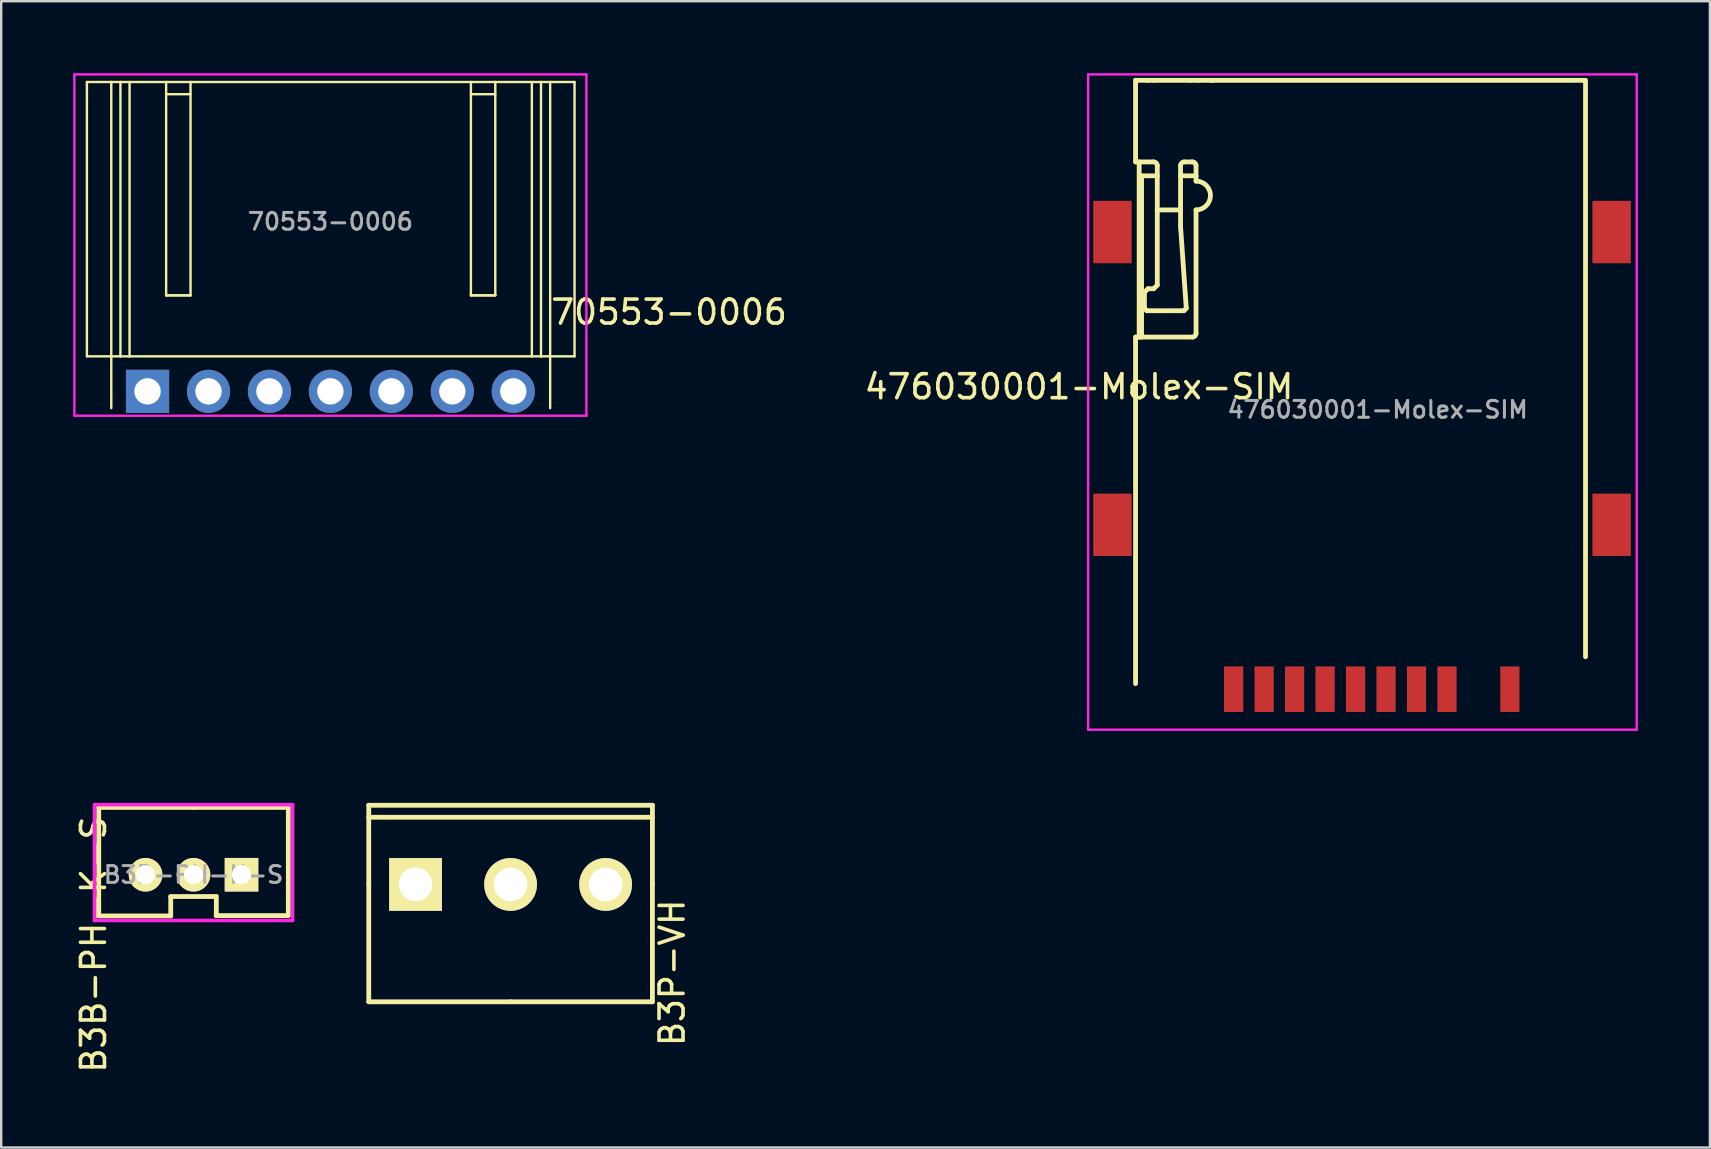
<source format=kicad_pcb>
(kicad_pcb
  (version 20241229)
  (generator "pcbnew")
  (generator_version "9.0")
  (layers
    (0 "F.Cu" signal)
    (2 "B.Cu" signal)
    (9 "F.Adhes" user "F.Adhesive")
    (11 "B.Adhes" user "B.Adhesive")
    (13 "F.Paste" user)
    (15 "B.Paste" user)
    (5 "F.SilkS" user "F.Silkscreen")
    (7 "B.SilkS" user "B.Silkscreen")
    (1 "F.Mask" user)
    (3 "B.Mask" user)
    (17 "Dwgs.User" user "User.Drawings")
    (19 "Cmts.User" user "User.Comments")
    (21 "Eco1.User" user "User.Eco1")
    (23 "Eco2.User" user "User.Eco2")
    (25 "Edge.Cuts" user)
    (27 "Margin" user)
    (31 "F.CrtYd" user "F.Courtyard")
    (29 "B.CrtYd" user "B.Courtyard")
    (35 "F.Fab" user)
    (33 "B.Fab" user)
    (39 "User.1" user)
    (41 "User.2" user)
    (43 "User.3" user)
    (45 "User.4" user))
  (footprint "B3B-PH-K-S"
    (layer "F.Cu")
    (at 5.014 33.401)
    (property "Reference" "B3B-PH-K-S" (at -4.166 2.908 270) (layer "F.SilkS") (effects (font (size 1 1) (thickness 0.15))))
    (attr through_hole)
    (fp_line (start -3.95 -2.814) (end -3.95 -0.564) (stroke (width 0.2) (type solid)) (layer "F.SilkS"))
    (fp_line (start -3.95 -0.549) (end -3.95 1.701) (stroke (width 0.2) (type solid)) (layer "F.SilkS"))
    (fp_line (start -3.95 1.717) (end -0.95 1.717) (stroke (width 0.2) (type solid)) (layer "F.SilkS"))
    (fp_line (start -0.95 0.909) (end 0.942 0.909) (stroke (width 0.2) (type solid)) (layer "F.SilkS"))
    (fp_line (start -0.95 1.717) (end -0.95 0.917) (stroke (width 0.2) (type solid)) (layer "F.SilkS"))
    (fp_line (start 0 -2.806) (end -3.95 -2.806) (stroke (width 0.2) (type solid)) (layer "F.SilkS"))
    (fp_line (start 0 -2.806) (end 3.95 -2.806) (stroke (width 0.2) (type solid)) (layer "F.SilkS"))
    (fp_line (start 0.95 1.701) (end 0.95 0.901) (stroke (width 0.2) (type solid)) (layer "F.SilkS"))
    (fp_line (start 3.942 1.701) (end 0.942 1.701) (stroke (width 0.2) (type solid)) (layer "F.SilkS"))
    (fp_line (start 3.95 -2.806) (end 3.95 1.694) (stroke (width 0.2) (type solid)) (layer "F.SilkS"))
    (fp_line (start -4.128 1.905) (end -4.128 -2.921) (stroke (width 0.15) (type solid)) (layer "F.CrtYd"))
    (fp_line (start -4.064 -2.921) (end 4.128 -2.921) (stroke (width 0.15) (type solid)) (layer "F.CrtYd"))
    (fp_line (start 4.128 -2.921) (end 4.128 1.905) (stroke (width 0.15) (type solid)) (layer "F.CrtYd"))
    (fp_line (start 4.128 1.905) (end -4.128 1.905) (stroke (width 0.15) (type solid)) (layer "F.CrtYd"))
    (fp_text user "${REFERENCE}" (at 0 0 0) (layer "F.Fab") (effects (font (size 0.7 0.7) (thickness 0.125))))
    (pad "1" thru_hole rect (at 2 0) (size 1.4 1.4) (drill 0.8) (layers "*.Cu" "*.Mask" "F.SilkS"))
    (pad "2" thru_hole circle (at 0 0) (size 1.4 1.4) (drill 0.8) (layers "*.Cu" "*.Mask" "F.SilkS"))
    (pad "3" thru_hole circle (at -2 0) (size 1.4 1.4) (drill 0.8) (layers "*.Cu" "*.Mask" "F.SilkS")))
  (footprint "476030001-Molex-SIM"
    (layer "F.Cu")
    (at 54.357 14.02)
    (property "Reference" "476030001-Molex-SIM" (at -12.446 -0.953 0) (layer "F.SilkS") (effects (font (size 1 1) (thickness 0.15))))
    (attr through_hole)
    (fp_line (start -10.088 -13.723) (end -10.088 -10.323) (stroke (width 0.2) (type solid)) (layer "F.SilkS"))
    (fp_line (start -10.088 -10.323) (end -9.333 -10.323) (stroke (width 0.2) (type solid)) (layer "F.SilkS"))
    (fp_line (start -10.088 -3.023) (end -10.088 11.417) (stroke (width 0.2) (type solid)) (layer "F.SilkS"))
    (fp_line (start -10.088 -3.023) (end -7.718 -3.023) (stroke (width 0.2) (type solid)) (layer "F.SilkS"))
    (fp_line (start -9.938 -3.023) (end -9.938 -10.323) (stroke (width 0.2) (type solid)) (layer "F.SilkS"))
    (fp_line (start -9.838 -9.743) (end -9.838 -3.023) (stroke (width 0.2) (type solid)) (layer "F.SilkS"))
    (fp_line (start -9.718 -4.89) (end -9.718 -4.223) (stroke (width 0.2) (type solid)) (layer "F.SilkS"))
    (fp_line (start -9.718 -4.223) (end -9.618 -4.123) (stroke (width 0.2) (type solid)) (layer "F.SilkS"))
    (fp_line (start -9.618 -4.123) (end -8.075 -4.123) (stroke (width 0.2) (type solid)) (layer "F.SilkS"))
    (fp_line (start -9.598 -13.723) (end -10.088 -13.723) (stroke (width 0.2) (type solid)) (layer "F.SilkS"))
    (fp_line (start -9.598 -13.723) (end -9.298 -13.723) (stroke (width 0.2) (type solid)) (layer "F.SilkS"))
    (fp_line (start -9.568 -5.039) (end -9.718 -4.89) (stroke (width 0.2) (type solid)) (layer "F.SilkS"))
    (fp_line (start -9.333 -5.039) (end -9.568 -5.039) (stroke (width 0.2) (type solid)) (layer "F.SilkS"))
    (fp_line (start -9.183 -9.743) (end -9.838 -9.743) (stroke (width 0.2) (type solid)) (layer "F.SilkS"))
    (fp_line (start -9.183 -8.323) (end -9.183 -10.173) (stroke (width 0.2) (type solid)) (layer "F.SilkS"))
    (fp_line (start -9.183 -5.189) (end -9.333 -5.039) (stroke (width 0.2) (type solid)) (layer "F.SilkS"))
    (fp_line (start -9.183 -5.189) (end -9.183 -8.323) (stroke (width 0.2) (type solid)) (layer "F.SilkS"))
    (fp_line (start -8.213 -10.173) (end -8.213 -8.323) (stroke (width 0.2) (type solid)) (layer "F.SilkS"))
    (fp_line (start -8.213 -8.323) (end -9.183 -8.323) (stroke (width 0.2) (type solid)) (layer "F.SilkS"))
    (fp_line (start -8.213 -7.629) (end -8.213 -8.323) (stroke (width 0.2) (type solid)) (layer "F.SilkS"))
    (fp_line (start -8.075 -4.123) (end -7.975 -4.223) (stroke (width 0.2) (type solid)) (layer "F.SilkS"))
    (fp_line (start -7.975 -4.23) (end -8.213 -7.629) (stroke (width 0.2) (type solid)) (layer "F.SilkS"))
    (fp_line (start -7.798 -13.723) (end -9.298 -13.723) (stroke (width 0.2) (type solid)) (layer "F.SilkS"))
    (fp_line (start -7.798 -13.723) (end -7.498 -13.723) (stroke (width 0.2) (type solid)) (layer "F.SilkS"))
    (fp_line (start -7.718 -10.323) (end -8.063 -10.323) (stroke (width 0.2) (type solid)) (layer "F.SilkS"))
    (fp_line (start -7.568 -9.743) (end -8.213 -9.743) (stroke (width 0.2) (type solid)) (layer "F.SilkS"))
    (fp_line (start -7.568 -9.523) (end -7.568 -10.173) (stroke (width 0.2) (type solid)) (layer "F.SilkS"))
    (fp_line (start -7.568 -3.173) (end -7.568 -8.323) (stroke (width 0.2) (type solid)) (layer "F.SilkS"))
    (fp_line (start -6.958 -13.723) (end 8.612 -13.723) (stroke (width 0.2) (type solid)) (layer "F.SilkS"))
    (fp_line (start -6.863 -13.723) (end -7.498 -13.723) (stroke (width 0.2) (type solid)) (layer "F.SilkS"))
    (fp_line (start 8.662 10.297) (end 8.662 -13.723) (stroke (width 0.2) (type solid)) (layer "F.SilkS"))
    (fp_arc (start -9.3327 -10.3231) (mid -9.226634 -10.279166) (end -9.1827 -10.1731) (stroke (width 0.2) (type solid)) (layer "F.SilkS"))
    (fp_arc (start -8.2127 -10.1731) (mid -8.168766 -10.279166) (end -8.0627 -10.3231) (stroke (width 0.2) (type solid)) (layer "F.SilkS"))
    (fp_arc (start -7.7177 -10.3231) (mid -7.611634 -10.279166) (end -7.5677 -10.1731) (stroke (width 0.2) (type solid)) (layer "F.SilkS"))
    (fp_arc (start -7.5677 -9.5231) (mid -6.9677 -8.9231) (end -7.5677 -8.3231) (stroke (width 0.2) (type solid)) (layer "F.SilkS"))
    (fp_arc (start -7.5677 -3.1731) (mid -7.611634 -3.067034) (end -7.7177 -3.0231) (stroke (width 0.2) (type solid)) (layer "F.SilkS"))
    (fp_line (start -12.065 -13.97) (end -12.065 13.335) (stroke (width 0.1) (type solid)) (layer "F.CrtYd"))
    (fp_line (start -12.065 13.335) (end 10.795 13.335) (stroke (width 0.1) (type solid)) (layer "F.CrtYd"))
    (fp_line (start 10.795 -13.97) (end -12.065 -13.97) (stroke (width 0.1) (type solid)) (layer "F.CrtYd"))
    (fp_line (start 10.795 13.335) (end 10.795 -13.97) (stroke (width 0.1) (type solid)) (layer "F.CrtYd"))
    (fp_text user "${REFERENCE}" (at 0 0 0) (layer "F.Fab") (effects (font (size 0.7 0.7) (thickness 0.125))))
    (pad "14" smd rect (at -11.05 -7.4) (size 1.6 2.6) (layers "F.Cu" "F.Mask" "F.Paste"))
    (pad "15" smd rect (at 9.75 -7.4) (size 1.6 2.6) (layers "F.Cu" "F.Mask" "F.Paste"))
    (pad "17" smd rect (at -11.05 4.8) (size 1.6 2.6) (layers "F.Cu" "F.Mask" "F.Paste"))
    (pad "C1" smd rect (at -6 11.65) (size 0.8 1.9) (layers "F.Cu" "F.Mask" "F.Paste"))
    (pad "C2" smd rect (at -3.46 11.65) (size 0.8 1.9) (layers "F.Cu" "F.Mask" "F.Paste"))
    (pad "C3" smd rect (at -0.92 11.65) (size 0.8 1.9) (layers "F.Cu" "F.Mask" "F.Paste"))
    (pad "C4" smd rect (at 1.62 11.65) (size 0.8 1.9) (layers "F.Cu" "F.Mask" "F.Paste"))
    (pad "C5" smd rect (at -4.73 11.65) (size 0.8 1.9) (layers "F.Cu" "F.Mask" "F.Paste"))
    (pad "C6" smd rect (at -2.19 11.65) (size 0.8 1.9) (layers "F.Cu" "F.Mask" "F.Paste"))
    (pad "C7" smd rect (at 0.35 11.65) (size 0.8 1.9) (layers "F.Cu" "F.Mask" "F.Paste"))
    (pad "C8" smd rect (at 2.89 11.65) (size 0.8 1.9) (layers "F.Cu" "F.Mask" "F.Paste"))
    (pad "CD+" smd rect (at 5.51 11.65) (size 0.8 1.9) (layers "F.Cu" "F.Mask" "F.Paste"))
    (pad "CD-" smd rect (at 9.75 4.8) (size 1.6 2.6) (layers "F.Cu" "F.Mask" "F.Paste")))
  (footprint "70553-0006"
    (layer "F.Cu")
    (at 10.718 13.258)
    (property "Reference" "70553-0006" (at 14.11 -3.302 0) (layer "F.SilkS") (effects (font (size 1 1) (thickness 0.15))))
    (attr through_hole)
    (fp_line (start -10.147 -12.89) (end -9.131 -12.89) (stroke (width 0.1) (type solid)) (layer "F.SilkS"))
    (fp_line (start -10.147 -1.46) (end -10.147 -12.89) (stroke (width 0.1) (type solid)) (layer "F.SilkS"))
    (fp_line (start -10.147 -1.46) (end -9.131 -1.46) (stroke (width 0.1) (type solid)) (layer "F.SilkS"))
    (fp_line (start -9.131 -12.89) (end -8.75 -12.89) (stroke (width 0.1) (type solid)) (layer "F.SilkS"))
    (fp_line (start -9.131 -1.46) (end -9.131 -12.89) (stroke (width 0.1) (type solid)) (layer "F.SilkS"))
    (fp_line (start -9.131 -1.46) (end -9.131 0.699) (stroke (width 0.1) (type solid)) (layer "F.SilkS"))
    (fp_line (start -9.131 -1.46) (end -8.75 -1.46) (stroke (width 0.1) (type solid)) (layer "F.SilkS"))
    (fp_line (start -8.75 -12.89) (end -8.369 -12.89) (stroke (width 0.1) (type solid)) (layer "F.SilkS"))
    (fp_line (start -8.75 -1.46) (end -8.75 -12.89) (stroke (width 0.1) (type solid)) (layer "F.SilkS"))
    (fp_line (start -8.75 -1.46) (end -8.369 -1.46) (stroke (width 0.1) (type solid)) (layer "F.SilkS"))
    (fp_line (start -8.369 -12.89) (end -6.845 -12.89) (stroke (width 0.1) (type solid)) (layer "F.SilkS"))
    (fp_line (start -8.369 -1.46) (end -8.369 -12.89) (stroke (width 0.1) (type solid)) (layer "F.SilkS"))
    (fp_line (start -8.369 -1.46) (end 8.395 -1.46) (stroke (width 0.1) (type solid)) (layer "F.SilkS"))
    (fp_line (start -6.845 -12.89) (end -6.845 -4) (stroke (width 0.1) (type solid)) (layer "F.SilkS"))
    (fp_line (start -6.845 -4) (end -5.829 -4) (stroke (width 0.1) (type solid)) (layer "F.SilkS"))
    (fp_line (start -5.829 -12.89) (end -6.845 -12.89) (stroke (width 0.1) (type solid)) (layer "F.SilkS"))
    (fp_line (start -5.829 -12.89) (end -5.829 -4) (stroke (width 0.1) (type solid)) (layer "F.SilkS"))
    (fp_line (start -5.829 -12.89) (end 5.855 -12.89) (stroke (width 0.1) (type solid)) (layer "F.SilkS"))
    (fp_line (start -5.829 -12.383) (end -6.845 -12.383) (stroke (width 0.1) (type solid)) (layer "F.SilkS"))
    (fp_line (start -5.829 -4) (end -6.845 -4) (stroke (width 0.1) (type solid)) (layer "F.SilkS"))
    (fp_line (start 5.855 -12.89) (end 5.855 -4) (stroke (width 0.1) (type solid)) (layer "F.SilkS"))
    (fp_line (start 5.855 -4) (end 6.871 -4) (stroke (width 0.1) (type solid)) (layer "F.SilkS"))
    (fp_line (start 6.871 -12.89) (end 5.855 -12.89) (stroke (width 0.1) (type solid)) (layer "F.SilkS"))
    (fp_line (start 6.871 -12.89) (end 6.871 -4) (stroke (width 0.1) (type solid)) (layer "F.SilkS"))
    (fp_line (start 6.871 -12.89) (end 8.395 -12.89) (stroke (width 0.1) (type solid)) (layer "F.SilkS"))
    (fp_line (start 6.871 -12.383) (end 5.855 -12.383) (stroke (width 0.1) (type solid)) (layer "F.SilkS"))
    (fp_line (start 6.871 -4) (end 5.855 -4) (stroke (width 0.1) (type solid)) (layer "F.SilkS"))
    (fp_line (start 8.395 -12.89) (end 8.776 -12.89) (stroke (width 0.1) (type solid)) (layer "F.SilkS"))
    (fp_line (start 8.395 -1.46) (end 8.395 -12.89) (stroke (width 0.1) (type solid)) (layer "F.SilkS"))
    (fp_line (start 8.395 -1.46) (end 8.776 -1.46) (stroke (width 0.1) (type solid)) (layer "F.SilkS"))
    (fp_line (start 8.776 -12.89) (end 9.157 -12.89) (stroke (width 0.1) (type solid)) (layer "F.SilkS"))
    (fp_line (start 8.776 -1.46) (end 8.776 -12.89) (stroke (width 0.1) (type solid)) (layer "F.SilkS"))
    (fp_line (start 8.776 -1.46) (end 9.157 -1.46) (stroke (width 0.1) (type solid)) (layer "F.SilkS"))
    (fp_line (start 9.157 -12.89) (end 10.173 -12.89) (stroke (width 0.1) (type solid)) (layer "F.SilkS"))
    (fp_line (start 9.157 -1.46) (end 9.157 -12.89) (stroke (width 0.1) (type solid)) (layer "F.SilkS"))
    (fp_line (start 9.157 -1.46) (end 9.157 0.699) (stroke (width 0.1) (type solid)) (layer "F.SilkS"))
    (fp_line (start 9.157 -1.46) (end 10.173 -1.46) (stroke (width 0.1) (type solid)) (layer "F.SilkS"))
    (fp_line (start 10.173 -1.46) (end 10.173 -12.89) (stroke (width 0.1) (type solid)) (layer "F.SilkS"))
    (fp_line (start -10.668 -13.208) (end -10.668 1.016) (stroke (width 0.1) (type solid)) (layer "F.CrtYd"))
    (fp_line (start -10.668 1.016) (end 10.668 1.016) (stroke (width 0.1) (type solid)) (layer "F.CrtYd"))
    (fp_line (start 10.668 -13.208) (end -10.668 -13.208) (stroke (width 0.1) (type solid)) (layer "F.CrtYd"))
    (fp_line (start 10.668 1.016) (end 10.668 -13.208) (stroke (width 0.1) (type solid)) (layer "F.CrtYd"))
    (fp_text user "${REFERENCE}" (at 0 -7.074 0) (layer "F.Fab") (effects (font (size 0.7 0.7) (thickness 0.125))))
    (pad "1" thru_hole rect (at -7.62 0) (size 1.8 1.8) (drill 1.1) (layers "*.Cu" "*.Mask"))
    (pad "2" thru_hole circle (at -5.08 0) (size 1.8 1.8) (drill 1.1) (layers "*.Cu" "*.Mask"))
    (pad "3" thru_hole circle (at -2.54 0) (size 1.8 1.8) (drill 1.1) (layers "*.Cu" "*.Mask"))
    (pad "4" thru_hole circle (at 0 0) (size 1.8 1.8) (drill 1.1) (layers "*.Cu" "*.Mask"))
    (pad "5" thru_hole circle (at 2.54 0) (size 1.8 1.8) (drill 1.1) (layers "*.Cu" "*.Mask"))
    (pad "6" thru_hole circle (at 5.08 0) (size 1.8 1.8) (drill 1.1) (layers "*.Cu" "*.Mask"))
    (pad "7" thru_hole circle (at 7.62 0) (size 1.8 1.8) (drill 1.1) (layers "*.Cu" "*.Mask")))
  (footprint "B3P-VH"
    (placed yes)
    (layer "F.Cu")
    (at 18.226 33.805)
    (property "Reference" "B3P-VH" (at 6.731 3.683 90) (layer "F.SilkS") (effects (font (size 1 1) (thickness 0.15))))
    (attr through_hole)
    (fp_line (start -5.91 -3.3) (end 5.91 -3.3) (stroke (width 0.2) (type solid)) (layer "F.SilkS"))
    (fp_line (start -5.91 -2.8) (end 5.91 -2.8) (stroke (width 0.2) (type solid)) (layer "F.SilkS"))
    (fp_line (start -5.91 0) (end -5.91 -3.3) (stroke (width 0.2) (type solid)) (layer "F.SilkS"))
    (fp_line (start -5.91 0) (end -5.91 4.89) (stroke (width 0.2) (type solid)) (layer "F.SilkS"))
    (fp_line (start 0 4.89) (end -5.91 4.89) (stroke (width 0.2) (type solid)) (layer "F.SilkS"))
    (fp_line (start 0 4.89) (end 5.91 4.89) (stroke (width 0.2) (type solid)) (layer "F.SilkS"))
    (fp_line (start 5.91 0) (end 5.91 -3.3) (stroke (width 0.2) (type solid)) (layer "F.SilkS"))
    (fp_line (start 5.91 4.89) (end 5.91 0) (stroke (width 0.2) (type solid)) (layer "F.SilkS"))
    (pad "1" thru_hole rect (at -3.96 0) (size 2.2 2.2) (drill 1.4) (layers "*.Cu" "*.Mask" "F.SilkS"))
    (pad "2" thru_hole circle (at 0 0) (size 2.2 2.2) (drill 1.4) (layers "*.Cu" "*.Mask" "F.SilkS"))
    (pad "3" thru_hole circle (at 3.96 0) (size 2.2 2.2) (drill 1.4) (layers "*.Cu" "*.Mask" "F.SilkS")))
  (gr_rect
    (start -3 -3)
    (end 68.202 44.768)
    (stroke (width 0.1) (type default))
    (fill no)
    (layer "Edge.Cuts")))
</source>
